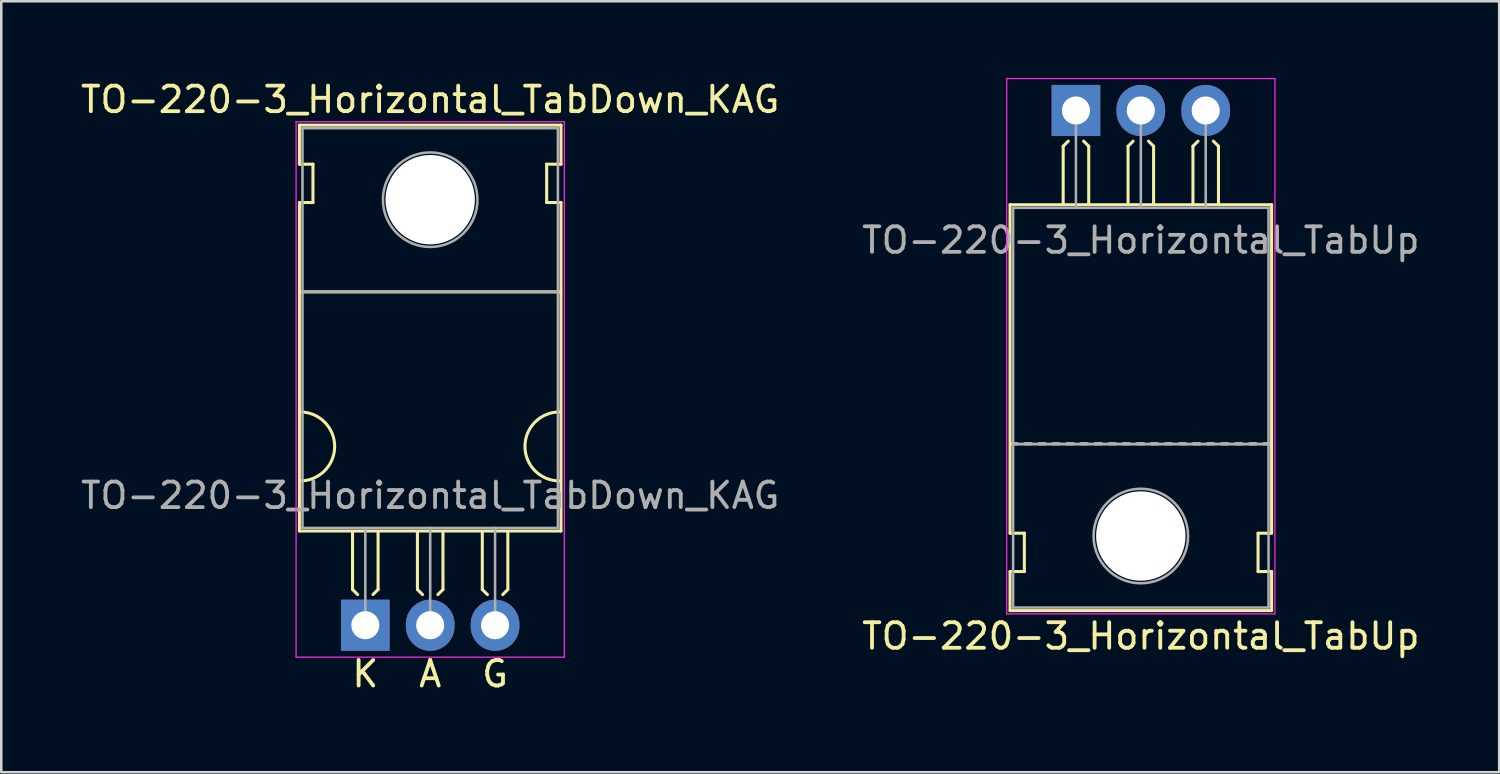
<source format=kicad_pcb>
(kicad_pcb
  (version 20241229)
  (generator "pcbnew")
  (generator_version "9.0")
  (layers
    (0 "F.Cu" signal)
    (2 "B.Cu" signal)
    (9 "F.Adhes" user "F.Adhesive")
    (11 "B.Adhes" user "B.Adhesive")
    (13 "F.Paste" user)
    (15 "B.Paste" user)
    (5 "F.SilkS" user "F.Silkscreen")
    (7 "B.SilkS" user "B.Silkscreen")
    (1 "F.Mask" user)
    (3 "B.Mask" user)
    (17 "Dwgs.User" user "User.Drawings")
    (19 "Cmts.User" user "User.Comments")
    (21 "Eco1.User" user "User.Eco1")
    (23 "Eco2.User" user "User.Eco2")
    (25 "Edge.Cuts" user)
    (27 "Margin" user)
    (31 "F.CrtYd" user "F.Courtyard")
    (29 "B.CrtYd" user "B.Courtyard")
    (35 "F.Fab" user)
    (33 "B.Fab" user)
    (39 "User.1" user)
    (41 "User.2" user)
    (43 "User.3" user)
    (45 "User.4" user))
  (footprint "TO-220-3_Horizontal_TabUp"
    (layer "F.Cu")
    (at 39.073 1.275)
    (property "Reference" "TO-220-3_Horizontal_TabUp" (at 2.54 20.58 0) (layer "F.SilkS") (effects (font (size 1 1) (thickness 0.15))))
    (attr through_hole)
    (fp_line (start -2.58 16.55) (end -2.58 3.69) (stroke (width 0.12) (type solid)) (layer "F.SilkS"))
    (fp_line (start -2.58 16.55) (end -2.02 16.55) (stroke (width 0.12) (type solid)) (layer "F.SilkS"))
    (fp_line (start -2.58 19.58) (end -2.58 18.05) (stroke (width 0.12) (type solid)) (layer "F.SilkS"))
    (fp_line (start -2.3 13.05) (end -2.55 13.05) (stroke (width 0.12) (type solid)) (layer "F.SilkS"))
    (fp_line (start -2.02 16.55) (end -2.02 18.05) (stroke (width 0.12) (type solid)) (layer "F.SilkS"))
    (fp_line (start -2.02 18.05) (end -2.58 18.05) (stroke (width 0.12) (type solid)) (layer "F.SilkS"))
    (fp_line (start -1.75 13.05) (end -2 13.05) (stroke (width 0.12) (type solid)) (layer "F.SilkS"))
    (fp_line (start -1.2 13.05) (end -1.45 13.05) (stroke (width 0.12) (type solid)) (layer "F.SilkS"))
    (fp_line (start -0.65 13.05) (end -0.9 13.05) (stroke (width 0.12) (type solid)) (layer "F.SilkS"))
    (fp_line (start -0.5 1.4) (end -0.3 1.2) (stroke (width 0.12) (type solid)) (layer "F.SilkS"))
    (fp_line (start -0.5 3.65) (end -0.5 1.4) (stroke (width 0.12) (type solid)) (layer "F.SilkS"))
    (fp_line (start -0.1 13.05) (end -0.35 13.05) (stroke (width 0.12) (type solid)) (layer "F.SilkS"))
    (fp_line (start 0.45 13.05) (end 0.2 13.05) (stroke (width 0.12) (type solid)) (layer "F.SilkS"))
    (fp_line (start 0.5 1.4) (end 0.3 1.2) (stroke (width 0.12) (type solid)) (layer "F.SilkS"))
    (fp_line (start 0.5 3.65) (end 0.5 1.4) (stroke (width 0.12) (type solid)) (layer "F.SilkS"))
    (fp_line (start 1 13.05) (end 0.75 13.05) (stroke (width 0.12) (type solid)) (layer "F.SilkS"))
    (fp_line (start 1.55 13.05) (end 1.3 13.05) (stroke (width 0.12) (type solid)) (layer "F.SilkS"))
    (fp_line (start 2.04 1.4) (end 2.24 1.2) (stroke (width 0.12) (type solid)) (layer "F.SilkS"))
    (fp_line (start 2.04 3.65) (end 2.04 1.4) (stroke (width 0.12) (type solid)) (layer "F.SilkS"))
    (fp_line (start 2.1 13.05) (end 1.85 13.05) (stroke (width 0.12) (type solid)) (layer "F.SilkS"))
    (fp_line (start 2.65 13.05) (end 2.4 13.05) (stroke (width 0.12) (type solid)) (layer "F.SilkS"))
    (fp_line (start 3.04 1.4) (end 2.84 1.2) (stroke (width 0.12) (type solid)) (layer "F.SilkS"))
    (fp_line (start 3.04 3.65) (end 3.04 1.4) (stroke (width 0.12) (type solid)) (layer "F.SilkS"))
    (fp_line (start 3.2 13.05) (end 2.95 13.05) (stroke (width 0.12) (type solid)) (layer "F.SilkS"))
    (fp_line (start 3.75 13.05) (end 3.5 13.05) (stroke (width 0.12) (type solid)) (layer "F.SilkS"))
    (fp_line (start 4.3 13.05) (end 4.05 13.05) (stroke (width 0.12) (type solid)) (layer "F.SilkS"))
    (fp_line (start 4.58 1.4) (end 4.78 1.2) (stroke (width 0.12) (type solid)) (layer "F.SilkS"))
    (fp_line (start 4.58 3.65) (end 4.58 1.4) (stroke (width 0.12) (type solid)) (layer "F.SilkS"))
    (fp_line (start 4.85 13.05) (end 4.6 13.05) (stroke (width 0.12) (type solid)) (layer "F.SilkS"))
    (fp_line (start 5.4 13.05) (end 5.15 13.05) (stroke (width 0.12) (type solid)) (layer "F.SilkS"))
    (fp_line (start 5.58 1.4) (end 5.38 1.2) (stroke (width 0.12) (type solid)) (layer "F.SilkS"))
    (fp_line (start 5.58 3.65) (end 5.58 1.4) (stroke (width 0.12) (type solid)) (layer "F.SilkS"))
    (fp_line (start 5.95 13.05) (end 5.7 13.05) (stroke (width 0.12) (type solid)) (layer "F.SilkS"))
    (fp_line (start 6.5 13.05) (end 6.25 13.05) (stroke (width 0.12) (type solid)) (layer "F.SilkS"))
    (fp_line (start 7.05 13.05) (end 6.8 13.05) (stroke (width 0.12) (type solid)) (layer "F.SilkS"))
    (fp_line (start 7.13 16.55) (end 7.655 16.55) (stroke (width 0.12) (type solid)) (layer "F.SilkS"))
    (fp_line (start 7.13 18.05) (end 7.13 16.55) (stroke (width 0.12) (type solid)) (layer "F.SilkS"))
    (fp_line (start 7.6 13.05) (end 7.35 13.05) (stroke (width 0.12) (type solid)) (layer "F.SilkS"))
    (fp_line (start 7.66 3.69) (end -2.58 3.69) (stroke (width 0.12) (type solid)) (layer "F.SilkS"))
    (fp_line (start 7.66 16.55) (end 7.66 3.69) (stroke (width 0.12) (type solid)) (layer "F.SilkS"))
    (fp_line (start 7.66 18.05) (end 7.13 18.05) (stroke (width 0.12) (type solid)) (layer "F.SilkS"))
    (fp_line (start 7.66 19.58) (end -2.58 19.58) (stroke (width 0.12) (type solid)) (layer "F.SilkS"))
    (fp_line (start 7.66 19.58) (end 7.66 18.05) (stroke (width 0.12) (type solid)) (layer "F.SilkS"))
    (fp_line (start -2.71 -1.25) (end -2.71 19.71) (stroke (width 0.05) (type solid)) (layer "F.CrtYd"))
    (fp_line (start -2.71 19.71) (end 7.79 19.71) (stroke (width 0.05) (type solid)) (layer "F.CrtYd"))
    (fp_line (start 7.79 -1.25) (end -2.71 -1.25) (stroke (width 0.05) (type solid)) (layer "F.CrtYd"))
    (fp_line (start 7.79 19.71) (end 7.79 -1.25) (stroke (width 0.05) (type solid)) (layer "F.CrtYd"))
    (fp_line (start -2.46 3.81) (end -2.46 13.06) (stroke (width 0.1) (type solid)) (layer "F.Fab"))
    (fp_line (start -2.46 13.06) (end -2.46 19.46) (stroke (width 0.1) (type solid)) (layer "F.Fab"))
    (fp_line (start -2.46 13.06) (end 7.54 13.06) (stroke (width 0.1) (type solid)) (layer "F.Fab"))
    (fp_line (start -2.46 19.46) (end 7.54 19.46) (stroke (width 0.1) (type solid)) (layer "F.Fab"))
    (fp_line (start 0 3.81) (end 0 0) (stroke (width 0.1) (type solid)) (layer "F.Fab"))
    (fp_line (start 2.54 3.81) (end 2.54 0) (stroke (width 0.1) (type solid)) (layer "F.Fab"))
    (fp_line (start 5.08 3.81) (end 5.08 0) (stroke (width 0.1) (type solid)) (layer "F.Fab"))
    (fp_line (start 7.54 3.81) (end -2.46 3.81) (stroke (width 0.1) (type solid)) (layer "F.Fab"))
    (fp_line (start 7.54 13.06) (end -2.46 13.06) (stroke (width 0.1) (type solid)) (layer "F.Fab"))
    (fp_line (start 7.54 13.06) (end 7.54 3.81) (stroke (width 0.1) (type solid)) (layer "F.Fab"))
    (fp_line (start 7.54 19.46) (end 7.54 13.06) (stroke (width 0.1) (type solid)) (layer "F.Fab"))
    (fp_circle (center 2.54 16.66) (end 4.39 16.66) (stroke (width 0.1) (type solid)) (fill no) (layer "F.Fab"))
    (fp_text user "${REFERENCE}" (at 2.54 5.08 0) (layer "F.Fab") (effects (font (size 1 1) (thickness 0.15))))
    (pad "" np_thru_hole oval (at 2.54 16.66) (size 3.5 3.5) (drill 3.5) (layers "*.Cu" "*.Mask"))
    (pad "1" thru_hole rect (at 0 0) (size 1.905 2) (drill 1.1) (layers "*.Cu" "*.Mask"))
    (pad "2" thru_hole oval (at 2.54 0) (size 1.905 2) (drill 1.1) (layers "*.Cu" "*.Mask"))
    (pad "3" thru_hole oval (at 5.08 0) (size 1.905 2) (drill 1.1) (layers "*.Cu" "*.Mask")))
  (footprint "TO-220-3_Horizontal_TabDown_KAG"
    (layer "F.Cu")
    (at 11.252 21.428)
    (property "Reference" "TO-220-3_Horizontal_TabDown_KAG" (at 2.54 -20.58 0) (layer "F.SilkS") (effects (font (size 1 1) (thickness 0.15))))
    (fp_line (start -2.58 -19.58) (end -2.58 -18.05) (stroke (width 0.12) (type solid)) (layer "F.SilkS"))
    (fp_line (start -2.58 -19.58) (end 7.66 -19.58) (stroke (width 0.12) (type solid)) (layer "F.SilkS"))
    (fp_line (start -2.58 -18.05) (end -2.05 -18.05) (stroke (width 0.12) (type solid)) (layer "F.SilkS"))
    (fp_line (start -2.58 -16.55) (end -2.58 -3.69) (stroke (width 0.12) (type solid)) (layer "F.SilkS"))
    (fp_line (start -2.58 -3.69) (end 7.66 -3.69) (stroke (width 0.12) (type solid)) (layer "F.SilkS"))
    (fp_line (start -2.575 -13.05) (end 7.65 -13.05) (stroke (width 0.12) (type solid)) (layer "F.SilkS"))
    (fp_line (start -2.05 -18.05) (end -2.05 -16.55) (stroke (width 0.12) (type solid)) (layer "F.SilkS"))
    (fp_line (start -2.05 -16.55) (end -2.575 -16.55) (stroke (width 0.12) (type solid)) (layer "F.SilkS"))
    (fp_line (start -0.5 -3.65) (end -0.5 -1.4) (stroke (width 0.12) (type solid)) (layer "F.SilkS"))
    (fp_line (start -0.5 -1.4) (end -0.3 -1.2) (stroke (width 0.12) (type solid)) (layer "F.SilkS"))
    (fp_line (start 0.5 -3.65) (end 0.5 -1.4) (stroke (width 0.12) (type solid)) (layer "F.SilkS"))
    (fp_line (start 0.5 -1.4) (end 0.3 -1.2) (stroke (width 0.12) (type solid)) (layer "F.SilkS"))
    (fp_line (start 2.04 -3.65) (end 2.04 -1.4) (stroke (width 0.12) (type solid)) (layer "F.SilkS"))
    (fp_line (start 2.04 -1.4) (end 2.24 -1.2) (stroke (width 0.12) (type solid)) (layer "F.SilkS"))
    (fp_line (start 3.04 -3.65) (end 3.04 -1.4) (stroke (width 0.12) (type solid)) (layer "F.SilkS"))
    (fp_line (start 3.04 -1.4) (end 2.84 -1.2) (stroke (width 0.12) (type solid)) (layer "F.SilkS"))
    (fp_line (start 4.58 -3.65) (end 4.58 -1.4) (stroke (width 0.12) (type solid)) (layer "F.SilkS"))
    (fp_line (start 4.58 -1.4) (end 4.78 -1.2) (stroke (width 0.12) (type solid)) (layer "F.SilkS"))
    (fp_line (start 5.58 -3.65) (end 5.58 -1.4) (stroke (width 0.12) (type solid)) (layer "F.SilkS"))
    (fp_line (start 5.58 -1.4) (end 5.38 -1.2) (stroke (width 0.12) (type solid)) (layer "F.SilkS"))
    (fp_line (start 7.1 -18.05) (end 7.66 -18.05) (stroke (width 0.12) (type solid)) (layer "F.SilkS"))
    (fp_line (start 7.1 -16.55) (end 7.1 -18.05) (stroke (width 0.12) (type solid)) (layer "F.SilkS"))
    (fp_line (start 7.66 -19.58) (end 7.66 -18.05) (stroke (width 0.12) (type solid)) (layer "F.SilkS"))
    (fp_line (start 7.66 -16.55) (end 7.1 -16.55) (stroke (width 0.12) (type solid)) (layer "F.SilkS"))
    (fp_line (start 7.66 -16.55) (end 7.66 -3.69) (stroke (width 0.12) (type solid)) (layer "F.SilkS"))
    (fp_arc (start -2.55 -8.35) (mid -1.2 -7) (end -2.55 -5.65) (stroke (width 0.12) (type solid)) (layer "F.SilkS"))
    (fp_arc (start 7.6 -5.65) (mid 6.25 -7) (end 7.6 -8.35) (stroke (width 0.12) (type solid)) (layer "F.SilkS"))
    (fp_line (start -2.71 -19.71) (end -2.71 1.25) (stroke (width 0.05) (type solid)) (layer "F.CrtYd"))
    (fp_line (start -2.71 1.25) (end 7.79 1.25) (stroke (width 0.05) (type solid)) (layer "F.CrtYd"))
    (fp_line (start 7.79 -19.71) (end -2.71 -19.71) (stroke (width 0.05) (type solid)) (layer "F.CrtYd"))
    (fp_line (start 7.79 1.25) (end 7.79 -19.71) (stroke (width 0.05) (type solid)) (layer "F.CrtYd"))
    (fp_line (start -2.46 -19.46) (end 7.54 -19.46) (stroke (width 0.1) (type solid)) (layer "F.Fab"))
    (fp_line (start -2.46 -13.06) (end -2.46 -19.46) (stroke (width 0.1) (type solid)) (layer "F.Fab"))
    (fp_line (start -2.46 -13.06) (end 7.54 -13.06) (stroke (width 0.1) (type solid)) (layer "F.Fab"))
    (fp_line (start -2.46 -3.81) (end -2.46 -13.06) (stroke (width 0.1) (type solid)) (layer "F.Fab"))
    (fp_line (start 0 -3.81) (end 0 0) (stroke (width 0.1) (type solid)) (layer "F.Fab"))
    (fp_line (start 2.54 -3.81) (end 2.54 0) (stroke (width 0.1) (type solid)) (layer "F.Fab"))
    (fp_line (start 5.08 -3.81) (end 5.08 0) (stroke (width 0.1) (type solid)) (layer "F.Fab"))
    (fp_line (start 7.54 -19.46) (end 7.54 -13.06) (stroke (width 0.1) (type solid)) (layer "F.Fab"))
    (fp_line (start 7.54 -13.06) (end -2.46 -13.06) (stroke (width 0.1) (type solid)) (layer "F.Fab"))
    (fp_line (start 7.54 -13.06) (end 7.54 -3.81) (stroke (width 0.1) (type solid)) (layer "F.Fab"))
    (fp_line (start 7.54 -3.81) (end -2.46 -3.81) (stroke (width 0.1) (type solid)) (layer "F.Fab"))
    (fp_circle (center 2.54 -16.66) (end 4.39 -16.66) (stroke (width 0.1) (type solid)) (fill no) (layer "F.Fab"))
    (fp_text user "K" (at 0 1.905 0) (unlocked yes) (layer "F.SilkS") (effects (font (size 1 1) (thickness 0.15))))
    (fp_text user "G" (at 5.08 1.905 0) (unlocked yes) (layer "F.SilkS") (effects (font (size 1 1) (thickness 0.15))))
    (fp_text user "A" (at 2.54 1.905 0) (unlocked yes) (layer "F.SilkS") (effects (font (size 1 1) (thickness 0.15))))
    (fp_text user "${REFERENCE}" (at 2.54 -5.08 0) (layer "F.Fab") (effects (font (size 1 1) (thickness 0.15))))
    (pad "" np_thru_hole oval (at 2.54 -16.66) (size 3.5 3.5) (drill 3.5) (layers "*.Cu" "*.Mask"))
    (pad "1" thru_hole rect (at 0 0) (size 1.905 2) (drill 1.1) (layers "*.Cu" "*.Mask"))
    (pad "2" thru_hole oval (at 2.54 0) (size 1.905 2) (drill 1.1) (layers "*.Cu" "*.Mask"))
    (pad "3" thru_hole oval (at 5.08 0) (size 1.905 2) (drill 1.1) (layers "*.Cu" "*.Mask")))
  (gr_rect
    (start -3 -3)
    (end 55.643 27.181)
    (stroke (width 0.1) (type default))
    (fill no)
    (layer "Edge.Cuts")))
</source>
